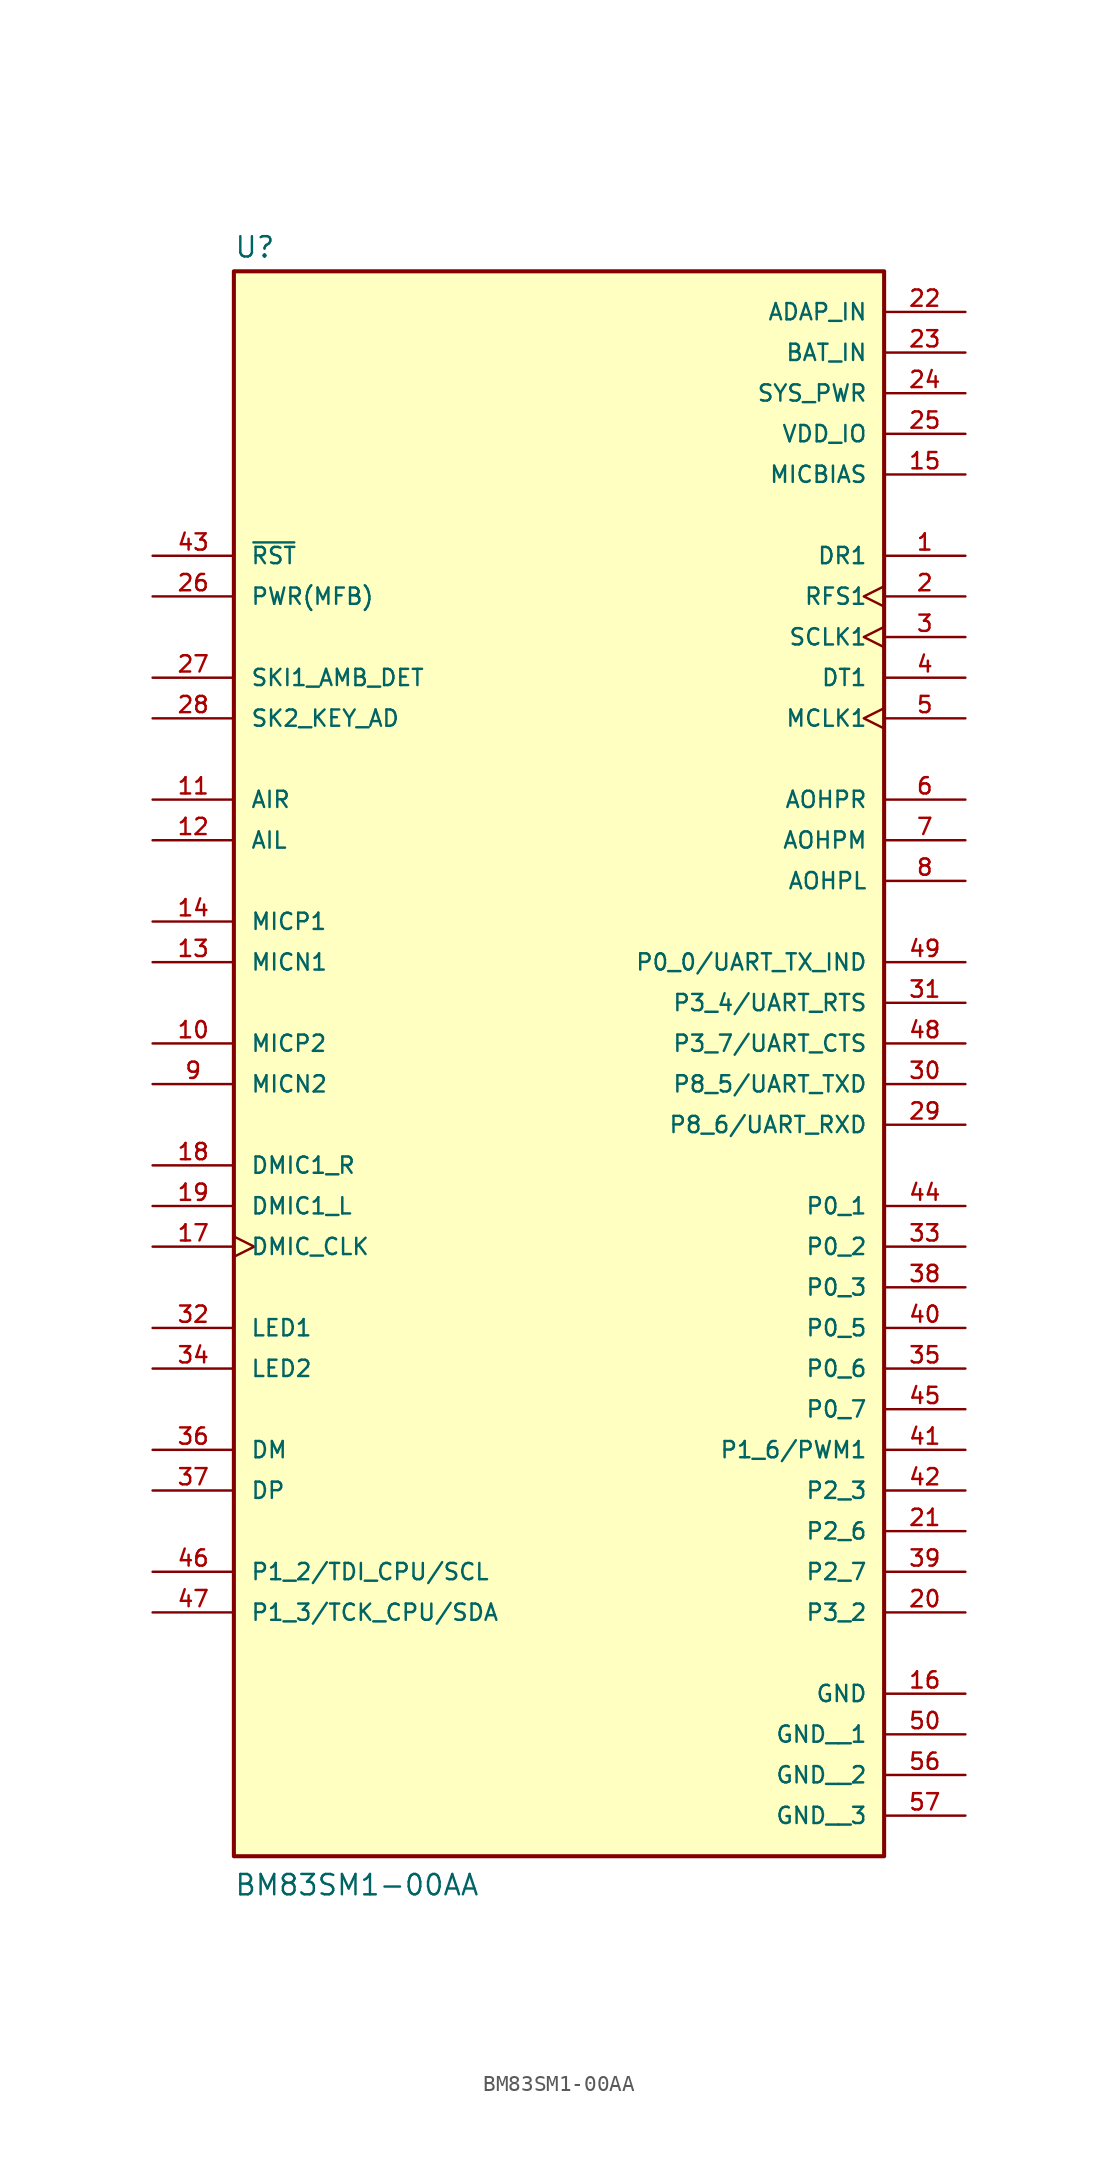
<source format=kicad_sym>
(kicad_symbol_lib
  (version 20211014)
  (generator kicad_symbol_editor)
  (symbol "BM83SM1-00AA"
    (pin_names
      (offset 1.016))
    (property "Reference" "U"
      (at -20.32 46.482 0)
      (effects (font (size 1.27 1.27)) (justify bottom left)))
    (property "Value" "BM83SM1-00AA"
      (at -20.32 -55.88 0)
      (effects (font (size 1.27 1.27)) (justify bottom left)))
    (symbol "BM83SM1-00AA_0_0"
      (rectangle (start -20.32 -53.34) (end 20.32 45.72) (stroke (width 0.254)) (fill (type background)))
      (pin input line (at 25.4 27.94 180.0) (length 5.08) (name "DR1" (effects (font (size 1.016 1.016)))) (number "1" (effects (font (size 1.016 1.016)))))
      (pin bidirectional clock (at 25.4 25.4 180.0) (length 5.08) (name "RFS1" (effects (font (size 1.016 1.016)))) (number "2" (effects (font (size 1.016 1.016)))))
      (pin bidirectional clock (at 25.4 22.86 180.0) (length 5.08) (name "SCLK1" (effects (font (size 1.016 1.016)))) (number "3" (effects (font (size 1.016 1.016)))))
      (pin output line (at 25.4 20.32 180.0) (length 5.08) (name "DT1" (effects (font (size 1.016 1.016)))) (number "4" (effects (font (size 1.016 1.016)))))
      (pin output clock (at 25.4 17.78 180.0) (length 5.08) (name "MCLK1" (effects (font (size 1.016 1.016)))) (number "5" (effects (font (size 1.016 1.016)))))
      (pin output line (at 25.4 12.7 180.0) (length 5.08) (name "AOHPR" (effects (font (size 1.016 1.016)))) (number "6" (effects (font (size 1.016 1.016)))))
      (pin output line (at 25.4 10.16 180.0) (length 5.08) (name "AOHPM" (effects (font (size 1.016 1.016)))) (number "7" (effects (font (size 1.016 1.016)))))
      (pin output line (at 25.4 7.62 180.0) (length 5.08) (name "AOHPL" (effects (font (size 1.016 1.016)))) (number "8" (effects (font (size 1.016 1.016)))))
      (pin input line (at -25.4 -5.08 0) (length 5.08) (name "MICN2" (effects (font (size 1.016 1.016)))) (number "9" (effects (font (size 1.016 1.016)))))
      (pin input line (at -25.4 -2.54 0) (length 5.08) (name "MICP2" (effects (font (size 1.016 1.016)))) (number "10" (effects (font (size 1.016 1.016)))))
      (pin input line (at -25.4 12.7 0) (length 5.08) (name "AIR" (effects (font (size 1.016 1.016)))) (number "11" (effects (font (size 1.016 1.016)))))
      (pin input line (at -25.4 10.16 0) (length 5.08) (name "AIL" (effects (font (size 1.016 1.016)))) (number "12" (effects (font (size 1.016 1.016)))))
      (pin input line (at -25.4 2.54 0) (length 5.08) (name "MICN1" (effects (font (size 1.016 1.016)))) (number "13" (effects (font (size 1.016 1.016)))))
      (pin input line (at -25.4 5.08 0) (length 5.08) (name "MICP1" (effects (font (size 1.016 1.016)))) (number "14" (effects (font (size 1.016 1.016)))))
      (pin power_in line (at 25.4 33.02 180.0) (length 5.08) (name "MICBIAS" (effects (font (size 1.016 1.016)))) (number "15" (effects (font (size 1.016 1.016)))))
      (pin power_in line (at 25.4 -43.18 180.0) (length 5.08) (name "GND" (effects (font (size 1.016 1.016)))) (number "16" (effects (font (size 1.016 1.016)))))
      (pin output clock (at -25.4 -15.24 0) (length 5.08) (name "DMIC_CLK" (effects (font (size 1.016 1.016)))) (number "17" (effects (font (size 1.016 1.016)))))
      (pin input line (at -25.4 -10.16 0) (length 5.08) (name "DMIC1_R" (effects (font (size 1.016 1.016)))) (number "18" (effects (font (size 1.016 1.016)))))
      (pin input line (at -25.4 -12.7 0) (length 5.08) (name "DMIC1_L" (effects (font (size 1.016 1.016)))) (number "19" (effects (font (size 1.016 1.016)))))
      (pin input line (at 25.4 43.18 180.0) (length 5.08) (name "ADAP_IN" (effects (font (size 1.016 1.016)))) (number "22" (effects (font (size 1.016 1.016)))))
      (pin input line (at 25.4 40.64 180.0) (length 5.08) (name "BAT_IN" (effects (font (size 1.016 1.016)))) (number "23" (effects (font (size 1.016 1.016)))))
      (pin power_in line (at 25.4 38.1 180.0) (length 5.08) (name "SYS_PWR" (effects (font (size 1.016 1.016)))) (number "24" (effects (font (size 1.016 1.016)))))
      (pin power_in line (at 25.4 35.56 180.0) (length 5.08) (name "VDD_IO" (effects (font (size 1.016 1.016)))) (number "25" (effects (font (size 1.016 1.016)))))
      (pin input line (at -25.4 25.4 0) (length 5.08) (name "PWR(MFB)" (effects (font (size 1.016 1.016)))) (number "26" (effects (font (size 1.016 1.016)))))
      (pin input line (at -25.4 20.32 0) (length 5.08) (name "SKI1_AMB_DET" (effects (font (size 1.016 1.016)))) (number "27" (effects (font (size 1.016 1.016)))))
      (pin input line (at -25.4 17.78 0) (length 5.08) (name "SK2_KEY_AD" (effects (font (size 1.016 1.016)))) (number "28" (effects (font (size 1.016 1.016)))))
      (pin bidirectional line (at 25.4 -7.62 180.0) (length 5.08) (name "P8_6/UART_RXD" (effects (font (size 1.016 1.016)))) (number "29" (effects (font (size 1.016 1.016)))))
      (pin bidirectional line (at 25.4 -5.08 180.0) (length 5.08) (name "P8_5/UART_TXD" (effects (font (size 1.016 1.016)))) (number "30" (effects (font (size 1.016 1.016)))))
      (pin bidirectional line (at 25.4 0.0 180.0) (length 5.08) (name "P3_4/UART_RTS" (effects (font (size 1.016 1.016)))) (number "31" (effects (font (size 1.016 1.016)))))
      (pin input line (at -25.4 -20.32 0) (length 5.08) (name "LED1" (effects (font (size 1.016 1.016)))) (number "32" (effects (font (size 1.016 1.016)))))
      (pin bidirectional line (at 25.4 -15.24 180.0) (length 5.08) (name "P0_2" (effects (font (size 1.016 1.016)))) (number "33" (effects (font (size 1.016 1.016)))))
      (pin input line (at -25.4 -22.86 0) (length 5.08) (name "LED2" (effects (font (size 1.016 1.016)))) (number "34" (effects (font (size 1.016 1.016)))))
      (pin bidirectional line (at 25.4 -22.86 180.0) (length 5.08) (name "P0_6" (effects (font (size 1.016 1.016)))) (number "35" (effects (font (size 1.016 1.016)))))
      (pin bidirectional line (at -25.4 -27.94 0) (length 5.08) (name "DM" (effects (font (size 1.016 1.016)))) (number "36" (effects (font (size 1.016 1.016)))))
      (pin bidirectional line (at -25.4 -30.48 0) (length 5.08) (name "DP" (effects (font (size 1.016 1.016)))) (number "37" (effects (font (size 1.016 1.016)))))
      (pin bidirectional line (at 25.4 -17.78 180.0) (length 5.08) (name "P0_3" (effects (font (size 1.016 1.016)))) (number "38" (effects (font (size 1.016 1.016)))))
      (pin bidirectional line (at 25.4 -35.56 180.0) (length 5.08) (name "P2_7" (effects (font (size 1.016 1.016)))) (number "39" (effects (font (size 1.016 1.016)))))
      (pin bidirectional line (at 25.4 -20.32 180.0) (length 5.08) (name "P0_5" (effects (font (size 1.016 1.016)))) (number "40" (effects (font (size 1.016 1.016)))))
      (pin bidirectional line (at 25.4 -27.94 180.0) (length 5.08) (name "P1_6/PWM1" (effects (font (size 1.016 1.016)))) (number "41" (effects (font (size 1.016 1.016)))))
      (pin bidirectional line (at 25.4 -30.48 180.0) (length 5.08) (name "P2_3" (effects (font (size 1.016 1.016)))) (number "42" (effects (font (size 1.016 1.016)))))
      (pin input line (at -25.4 27.94 0) (length 5.08) (name "~{RST}" (effects (font (size 1.016 1.016)))) (number "43" (effects (font (size 1.016 1.016)))))
      (pin bidirectional line (at 25.4 -12.7 180.0) (length 5.08) (name "P0_1" (effects (font (size 1.016 1.016)))) (number "44" (effects (font (size 1.016 1.016)))))
      (pin bidirectional line (at 25.4 -25.4 180.0) (length 5.08) (name "P0_7" (effects (font (size 1.016 1.016)))) (number "45" (effects (font (size 1.016 1.016)))))
      (pin bidirectional line (at -25.4 -35.56 0) (length 5.08) (name "P1_2/TDI_CPU/SCL" (effects (font (size 1.016 1.016)))) (number "46" (effects (font (size 1.016 1.016)))))
      (pin bidirectional line (at -25.4 -38.1 0) (length 5.08) (name "P1_3/TCK_CPU/SDA" (effects (font (size 1.016 1.016)))) (number "47" (effects (font (size 1.016 1.016)))))
      (pin bidirectional line (at 25.4 -2.54 180.0) (length 5.08) (name "P3_7/UART_CTS" (effects (font (size 1.016 1.016)))) (number "48" (effects (font (size 1.016 1.016)))))
      (pin bidirectional line (at 25.4 2.54 180.0) (length 5.08) (name "P0_0/UART_TX_IND" (effects (font (size 1.016 1.016)))) (number "49" (effects (font (size 1.016 1.016)))))
      (pin bidirectional line (at 25.4 -38.1 180.0) (length 5.08) (name "P3_2" (effects (font (size 1.016 1.016)))) (number "20" (effects (font (size 1.016 1.016)))))
      (pin bidirectional line (at 25.4 -33.02 180.0) (length 5.08) (name "P2_6" (effects (font (size 1.016 1.016)))) (number "21" (effects (font (size 1.016 1.016)))))
      (pin power_in line (at 25.4 -45.72 180.0) (length 5.08) (name "GND__1" (effects (font (size 1.016 1.016)))) (number "50" (effects (font (size 1.016 1.016)))))
      (pin power_in line (at 25.4 -48.26 180.0) (length 5.08) (name "GND__2" (effects (font (size 1.016 1.016)))) (number "56" (effects (font (size 1.016 1.016)))))
      (pin power_in line (at 25.4 -50.8 180.0) (length 5.08) (name "GND__3" (effects (font (size 1.016 1.016)))) (number "57" (effects (font (size 1.016 1.016))))))))
</source>
